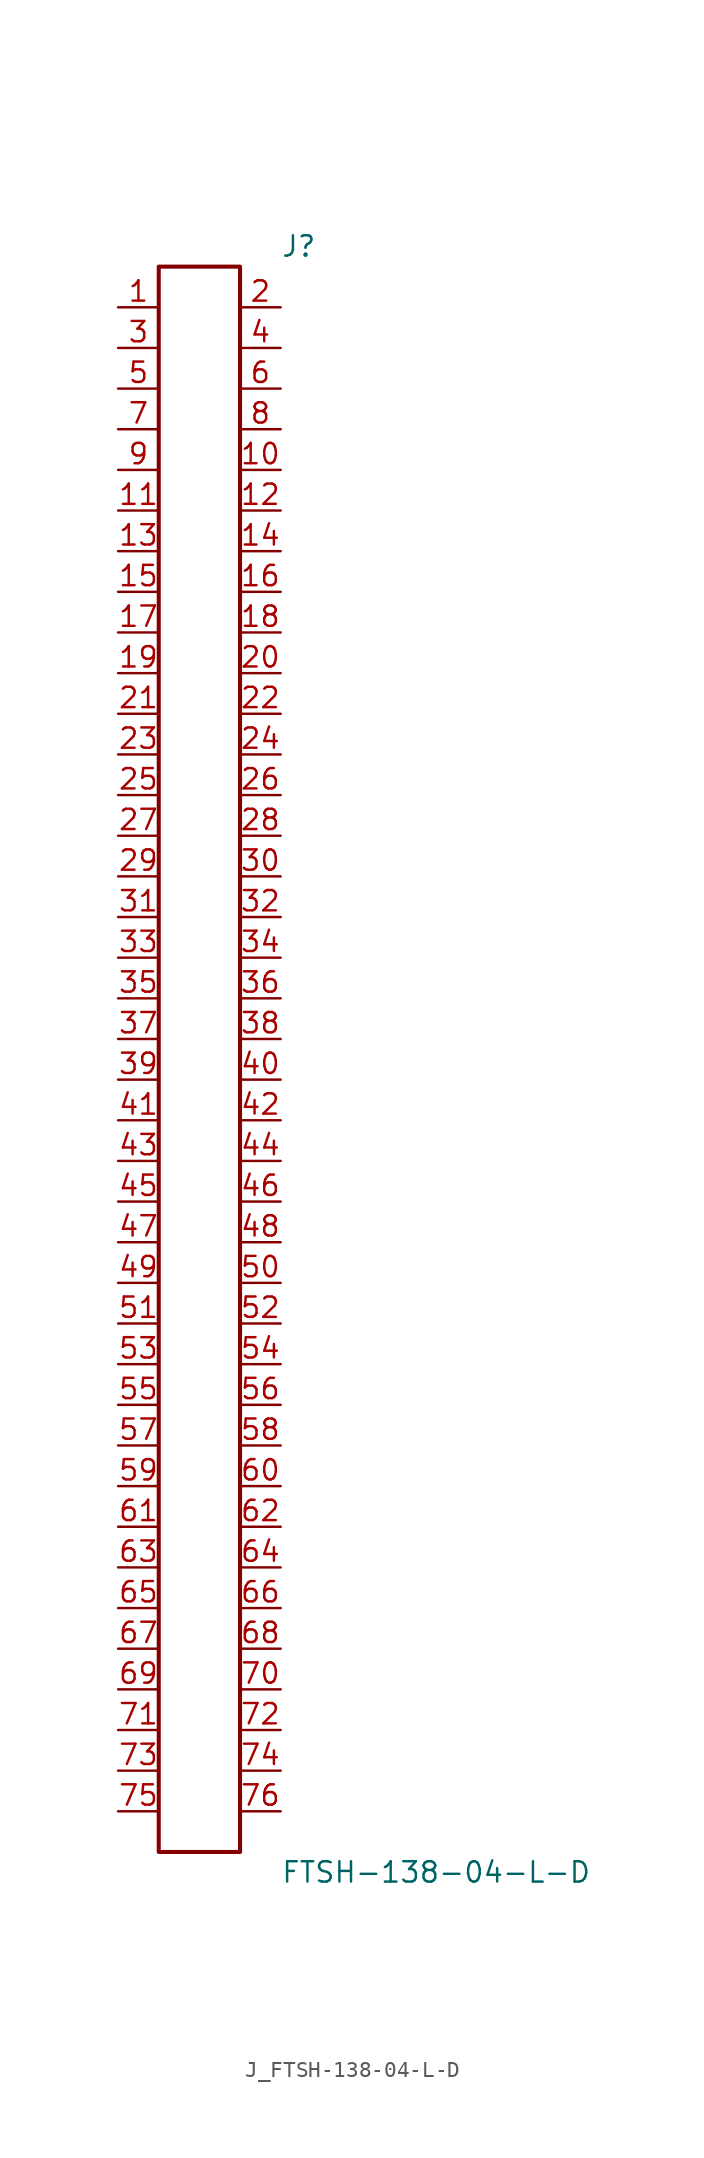
<source format=kicad_sym>
(kicad_symbol_lib
  (version 20231120)
  (generator kicad_symbol_editor)
  (generator_version 8.0)
  (symbol "J_FTSH-138-04-L-D"
    (pin_names
      (offset 0.254))
    (property "Reference" "J"
      (at 5.08 50.8 0)
      (effects (font (size 1.27 1.27)) (justify left)))
    (property "Value" "FTSH-138-04-L-D"
      (at 5.08 -50.8 0)
      (effects (font (size 1.27 1.27)) (justify left)))
    (symbol "J_FTSH-138-04-L-D_0_0"
      (pin passive line (at -5.08 46.99 0) (length 2.54) (name "" (effects (font (size 1.27 1.27)))) (number "1" (effects (font (size 1.27 1.27)))))
      (pin passive line (at 5.08 46.99 180) (length 2.54) (name "" (effects (font (size 1.27 1.27)))) (number "2" (effects (font (size 1.27 1.27)))))
      (pin passive line (at -5.08 44.45 0) (length 2.54) (name "" (effects (font (size 1.27 1.27)))) (number "3" (effects (font (size 1.27 1.27)))))
      (pin passive line (at 5.08 44.45 180) (length 2.54) (name "" (effects (font (size 1.27 1.27)))) (number "4" (effects (font (size 1.27 1.27)))))
      (pin passive line (at -5.08 41.91 0) (length 2.54) (name "" (effects (font (size 1.27 1.27)))) (number "5" (effects (font (size 1.27 1.27)))))
      (pin passive line (at 5.08 41.91 180) (length 2.54) (name "" (effects (font (size 1.27 1.27)))) (number "6" (effects (font (size 1.27 1.27)))))
      (pin passive line (at -5.08 39.37 0) (length 2.54) (name "" (effects (font (size 1.27 1.27)))) (number "7" (effects (font (size 1.27 1.27)))))
      (pin passive line (at 5.08 39.37 180) (length 2.54) (name "" (effects (font (size 1.27 1.27)))) (number "8" (effects (font (size 1.27 1.27)))))
      (pin passive line (at -5.08 36.83 0) (length 2.54) (name "" (effects (font (size 1.27 1.27)))) (number "9" (effects (font (size 1.27 1.27)))))
      (pin passive line (at 5.08 36.83 180) (length 2.54) (name "" (effects (font (size 1.27 1.27)))) (number "10" (effects (font (size 1.27 1.27)))))
      (pin passive line (at -5.08 34.29 0) (length 2.54) (name "" (effects (font (size 1.27 1.27)))) (number "11" (effects (font (size 1.27 1.27)))))
      (pin passive line (at 5.08 34.29 180) (length 2.54) (name "" (effects (font (size 1.27 1.27)))) (number "12" (effects (font (size 1.27 1.27)))))
      (pin passive line (at -5.08 31.75 0) (length 2.54) (name "" (effects (font (size 1.27 1.27)))) (number "13" (effects (font (size 1.27 1.27)))))
      (pin passive line (at 5.08 31.75 180) (length 2.54) (name "" (effects (font (size 1.27 1.27)))) (number "14" (effects (font (size 1.27 1.27)))))
      (pin passive line (at -5.08 29.21 0) (length 2.54) (name "" (effects (font (size 1.27 1.27)))) (number "15" (effects (font (size 1.27 1.27)))))
      (pin passive line (at 5.08 29.21 180) (length 2.54) (name "" (effects (font (size 1.27 1.27)))) (number "16" (effects (font (size 1.27 1.27)))))
      (pin passive line (at -5.08 26.67 0) (length 2.54) (name "" (effects (font (size 1.27 1.27)))) (number "17" (effects (font (size 1.27 1.27)))))
      (pin passive line (at 5.08 26.67 180) (length 2.54) (name "" (effects (font (size 1.27 1.27)))) (number "18" (effects (font (size 1.27 1.27)))))
      (pin passive line (at -5.08 24.13 0) (length 2.54) (name "" (effects (font (size 1.27 1.27)))) (number "19" (effects (font (size 1.27 1.27)))))
      (pin passive line (at 5.08 24.13 180) (length 2.54) (name "" (effects (font (size 1.27 1.27)))) (number "20" (effects (font (size 1.27 1.27)))))
      (pin passive line (at -5.08 21.59 0) (length 2.54) (name "" (effects (font (size 1.27 1.27)))) (number "21" (effects (font (size 1.27 1.27)))))
      (pin passive line (at 5.08 21.59 180) (length 2.54) (name "" (effects (font (size 1.27 1.27)))) (number "22" (effects (font (size 1.27 1.27)))))
      (pin passive line (at -5.08 19.05 0) (length 2.54) (name "" (effects (font (size 1.27 1.27)))) (number "23" (effects (font (size 1.27 1.27)))))
      (pin passive line (at 5.08 19.05 180) (length 2.54) (name "" (effects (font (size 1.27 1.27)))) (number "24" (effects (font (size 1.27 1.27)))))
      (pin passive line (at -5.08 16.51 0) (length 2.54) (name "" (effects (font (size 1.27 1.27)))) (number "25" (effects (font (size 1.27 1.27)))))
      (pin passive line (at 5.08 16.51 180) (length 2.54) (name "" (effects (font (size 1.27 1.27)))) (number "26" (effects (font (size 1.27 1.27)))))
      (pin passive line (at -5.08 13.97 0) (length 2.54) (name "" (effects (font (size 1.27 1.27)))) (number "27" (effects (font (size 1.27 1.27)))))
      (pin passive line (at 5.08 13.97 180) (length 2.54) (name "" (effects (font (size 1.27 1.27)))) (number "28" (effects (font (size 1.27 1.27)))))
      (pin passive line (at -5.08 11.43 0) (length 2.54) (name "" (effects (font (size 1.27 1.27)))) (number "29" (effects (font (size 1.27 1.27)))))
      (pin passive line (at 5.08 11.43 180) (length 2.54) (name "" (effects (font (size 1.27 1.27)))) (number "30" (effects (font (size 1.27 1.27)))))
      (pin passive line (at -5.08 8.89 0) (length 2.54) (name "" (effects (font (size 1.27 1.27)))) (number "31" (effects (font (size 1.27 1.27)))))
      (pin passive line (at 5.08 8.89 180) (length 2.54) (name "" (effects (font (size 1.27 1.27)))) (number "32" (effects (font (size 1.27 1.27)))))
      (pin passive line (at -5.08 6.35 0) (length 2.54) (name "" (effects (font (size 1.27 1.27)))) (number "33" (effects (font (size 1.27 1.27)))))
      (pin passive line (at 5.08 6.35 180) (length 2.54) (name "" (effects (font (size 1.27 1.27)))) (number "34" (effects (font (size 1.27 1.27)))))
      (pin passive line (at -5.08 3.81 0) (length 2.54) (name "" (effects (font (size 1.27 1.27)))) (number "35" (effects (font (size 1.27 1.27)))))
      (pin passive line (at 5.08 3.81 180) (length 2.54) (name "" (effects (font (size 1.27 1.27)))) (number "36" (effects (font (size 1.27 1.27)))))
      (pin passive line (at -5.08 1.27 0) (length 2.54) (name "" (effects (font (size 1.27 1.27)))) (number "37" (effects (font (size 1.27 1.27)))))
      (pin passive line (at 5.08 1.27 180) (length 2.54) (name "" (effects (font (size 1.27 1.27)))) (number "38" (effects (font (size 1.27 1.27)))))
      (pin passive line (at -5.08 -1.27 0) (length 2.54) (name "" (effects (font (size 1.27 1.27)))) (number "39" (effects (font (size 1.27 1.27)))))
      (pin passive line (at 5.08 -1.27 180) (length 2.54) (name "" (effects (font (size 1.27 1.27)))) (number "40" (effects (font (size 1.27 1.27)))))
      (pin passive line (at -5.08 -3.81 0) (length 2.54) (name "" (effects (font (size 1.27 1.27)))) (number "41" (effects (font (size 1.27 1.27)))))
      (pin passive line (at 5.08 -3.81 180) (length 2.54) (name "" (effects (font (size 1.27 1.27)))) (number "42" (effects (font (size 1.27 1.27)))))
      (pin passive line (at -5.08 -6.35 0) (length 2.54) (name "" (effects (font (size 1.27 1.27)))) (number "43" (effects (font (size 1.27 1.27)))))
      (pin passive line (at 5.08 -6.35 180) (length 2.54) (name "" (effects (font (size 1.27 1.27)))) (number "44" (effects (font (size 1.27 1.27)))))
      (pin passive line (at -5.08 -8.89 0) (length 2.54) (name "" (effects (font (size 1.27 1.27)))) (number "45" (effects (font (size 1.27 1.27)))))
      (pin passive line (at 5.08 -8.89 180) (length 2.54) (name "" (effects (font (size 1.27 1.27)))) (number "46" (effects (font (size 1.27 1.27)))))
      (pin passive line (at -5.08 -11.43 0) (length 2.54) (name "" (effects (font (size 1.27 1.27)))) (number "47" (effects (font (size 1.27 1.27)))))
      (pin passive line (at 5.08 -11.43 180) (length 2.54) (name "" (effects (font (size 1.27 1.27)))) (number "48" (effects (font (size 1.27 1.27)))))
      (pin passive line (at -5.08 -13.97 0) (length 2.54) (name "" (effects (font (size 1.27 1.27)))) (number "49" (effects (font (size 1.27 1.27)))))
      (pin passive line (at 5.08 -13.97 180) (length 2.54) (name "" (effects (font (size 1.27 1.27)))) (number "50" (effects (font (size 1.27 1.27)))))
      (pin passive line (at -5.08 -16.51 0) (length 2.54) (name "" (effects (font (size 1.27 1.27)))) (number "51" (effects (font (size 1.27 1.27)))))
      (pin passive line (at 5.08 -16.51 180) (length 2.54) (name "" (effects (font (size 1.27 1.27)))) (number "52" (effects (font (size 1.27 1.27)))))
      (pin passive line (at -5.08 -19.05 0) (length 2.54) (name "" (effects (font (size 1.27 1.27)))) (number "53" (effects (font (size 1.27 1.27)))))
      (pin passive line (at 5.08 -19.05 180) (length 2.54) (name "" (effects (font (size 1.27 1.27)))) (number "54" (effects (font (size 1.27 1.27)))))
      (pin passive line (at -5.08 -21.59 0) (length 2.54) (name "" (effects (font (size 1.27 1.27)))) (number "55" (effects (font (size 1.27 1.27)))))
      (pin passive line (at 5.08 -21.59 180) (length 2.54) (name "" (effects (font (size 1.27 1.27)))) (number "56" (effects (font (size 1.27 1.27)))))
      (pin passive line (at -5.08 -24.13 0) (length 2.54) (name "" (effects (font (size 1.27 1.27)))) (number "57" (effects (font (size 1.27 1.27)))))
      (pin passive line (at 5.08 -24.13 180) (length 2.54) (name "" (effects (font (size 1.27 1.27)))) (number "58" (effects (font (size 1.27 1.27)))))
      (pin passive line (at -5.08 -26.67 0) (length 2.54) (name "" (effects (font (size 1.27 1.27)))) (number "59" (effects (font (size 1.27 1.27)))))
      (pin passive line (at 5.08 -26.67 180) (length 2.54) (name "" (effects (font (size 1.27 1.27)))) (number "60" (effects (font (size 1.27 1.27)))))
      (pin passive line (at -5.08 -29.21 0) (length 2.54) (name "" (effects (font (size 1.27 1.27)))) (number "61" (effects (font (size 1.27 1.27)))))
      (pin passive line (at 5.08 -29.21 180) (length 2.54) (name "" (effects (font (size 1.27 1.27)))) (number "62" (effects (font (size 1.27 1.27)))))
      (pin passive line (at -5.08 -31.75 0) (length 2.54) (name "" (effects (font (size 1.27 1.27)))) (number "63" (effects (font (size 1.27 1.27)))))
      (pin passive line (at 5.08 -31.75 180) (length 2.54) (name "" (effects (font (size 1.27 1.27)))) (number "64" (effects (font (size 1.27 1.27)))))
      (pin passive line (at -5.08 -34.29 0) (length 2.54) (name "" (effects (font (size 1.27 1.27)))) (number "65" (effects (font (size 1.27 1.27)))))
      (pin passive line (at 5.08 -34.29 180) (length 2.54) (name "" (effects (font (size 1.27 1.27)))) (number "66" (effects (font (size 1.27 1.27)))))
      (pin passive line (at -5.08 -36.83 0) (length 2.54) (name "" (effects (font (size 1.27 1.27)))) (number "67" (effects (font (size 1.27 1.27)))))
      (pin passive line (at 5.08 -36.83 180) (length 2.54) (name "" (effects (font (size 1.27 1.27)))) (number "68" (effects (font (size 1.27 1.27)))))
      (pin passive line (at -5.08 -39.37 0) (length 2.54) (name "" (effects (font (size 1.27 1.27)))) (number "69" (effects (font (size 1.27 1.27)))))
      (pin passive line (at 5.08 -39.37 180) (length 2.54) (name "" (effects (font (size 1.27 1.27)))) (number "70" (effects (font (size 1.27 1.27)))))
      (pin passive line (at -5.08 -41.91 0) (length 2.54) (name "" (effects (font (size 1.27 1.27)))) (number "71" (effects (font (size 1.27 1.27)))))
      (pin passive line (at 5.08 -41.91 180) (length 2.54) (name "" (effects (font (size 1.27 1.27)))) (number "72" (effects (font (size 1.27 1.27)))))
      (pin passive line (at -5.08 -44.45 0) (length 2.54) (name "" (effects (font (size 1.27 1.27)))) (number "73" (effects (font (size 1.27 1.27)))))
      (pin passive line (at 5.08 -44.45 180) (length 2.54) (name "" (effects (font (size 1.27 1.27)))) (number "74" (effects (font (size 1.27 1.27)))))
      (pin passive line (at -5.08 -46.99 0) (length 2.54) (name "" (effects (font (size 1.27 1.27)))) (number "75" (effects (font (size 1.27 1.27)))))
      (pin passive line (at 5.08 -46.99 180) (length 2.54) (name "" (effects (font (size 1.27 1.27)))) (number "76" (effects (font (size 1.27 1.27))))))
    (symbol "J_FTSH-138-04-L-D_1_0"
      (rectangle (start -2.54 49.53) (end 2.54 -49.53) (stroke (width 0.254) (type solid)) (fill (type none))))))
</source>
